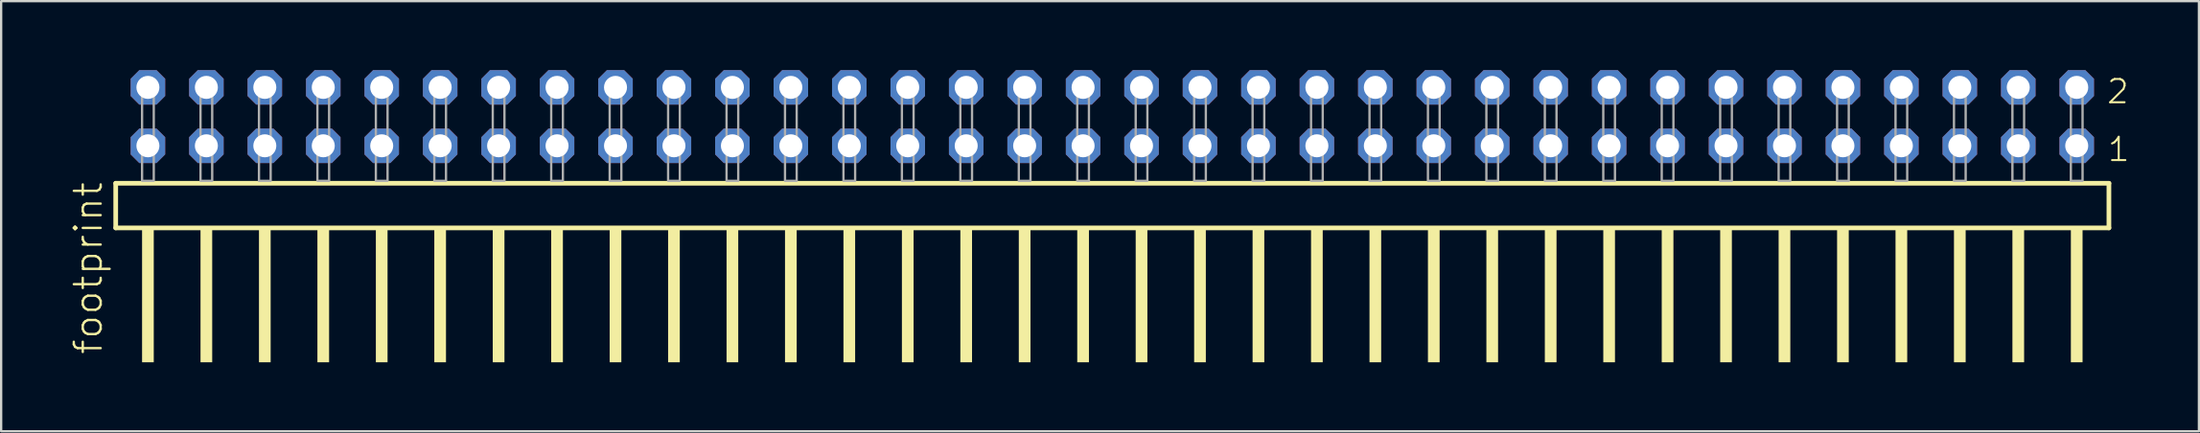
<source format=kicad_pcb>
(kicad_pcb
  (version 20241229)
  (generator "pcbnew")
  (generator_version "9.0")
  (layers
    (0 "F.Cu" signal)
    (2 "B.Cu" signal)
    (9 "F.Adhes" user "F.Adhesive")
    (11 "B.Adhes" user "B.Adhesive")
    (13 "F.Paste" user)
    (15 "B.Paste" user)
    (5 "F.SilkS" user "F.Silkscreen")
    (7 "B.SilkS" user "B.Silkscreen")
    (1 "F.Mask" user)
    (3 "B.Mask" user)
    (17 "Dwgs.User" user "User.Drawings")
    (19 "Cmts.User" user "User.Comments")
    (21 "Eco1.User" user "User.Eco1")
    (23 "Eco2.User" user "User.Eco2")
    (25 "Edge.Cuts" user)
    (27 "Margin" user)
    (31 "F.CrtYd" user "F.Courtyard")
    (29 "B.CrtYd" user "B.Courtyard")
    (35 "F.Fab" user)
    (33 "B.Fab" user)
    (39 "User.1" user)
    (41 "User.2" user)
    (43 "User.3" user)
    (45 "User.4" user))
  (footprint "footprint"
    (layer "F.Cu")
    (at 45.288 4.814)
    (property "Reference" "footprint" (at -43.815 7.62 90) (layer "F.SilkS") (effects (font (size 1.168 1.168) (thickness 0.102)) (justify left bottom)))
    (fp_line (start -43.309 0.106) (end -43.309 2.046) (stroke (width 0.203) (type solid)) (layer "F.SilkS"))
    (fp_line (start -43.309 2.046) (end 43.309 2.046) (stroke (width 0.203) (type solid)) (layer "F.SilkS"))
    (fp_line (start 43.309 0.106) (end -43.309 0.106) (stroke (width 0.203) (type solid)) (layer "F.SilkS"))
    (fp_line (start 43.309 2.046) (end 43.309 0.106) (stroke (width 0.203) (type solid)) (layer "F.SilkS"))
    (fp_poly (pts (xy -42.164 7.89) (xy -41.656 7.89) (xy -41.656 2.04) (xy -42.164 2.04)) (stroke (width 0) (type solid)) (fill yes) (layer "F.SilkS"))
    (fp_poly (pts (xy -39.624 7.89) (xy -39.116 7.89) (xy -39.116 2.04) (xy -39.624 2.04)) (stroke (width 0) (type solid)) (fill yes) (layer "F.SilkS"))
    (fp_poly (pts (xy -37.084 7.89) (xy -36.576 7.89) (xy -36.576 2.04) (xy -37.084 2.04)) (stroke (width 0) (type solid)) (fill yes) (layer "F.SilkS"))
    (fp_poly (pts (xy -34.544 7.89) (xy -34.036 7.89) (xy -34.036 2.04) (xy -34.544 2.04)) (stroke (width 0) (type solid)) (fill yes) (layer "F.SilkS"))
    (fp_poly (pts (xy -32.004 7.89) (xy -31.496 7.89) (xy -31.496 2.04) (xy -32.004 2.04)) (stroke (width 0) (type solid)) (fill yes) (layer "F.SilkS"))
    (fp_poly (pts (xy -29.464 7.89) (xy -28.956 7.89) (xy -28.956 2.04) (xy -29.464 2.04)) (stroke (width 0) (type solid)) (fill yes) (layer "F.SilkS"))
    (fp_poly (pts (xy -26.924 7.89) (xy -26.416 7.89) (xy -26.416 2.04) (xy -26.924 2.04)) (stroke (width 0) (type solid)) (fill yes) (layer "F.SilkS"))
    (fp_poly (pts (xy -24.384 7.89) (xy -23.876 7.89) (xy -23.876 2.04) (xy -24.384 2.04)) (stroke (width 0) (type solid)) (fill yes) (layer "F.SilkS"))
    (fp_poly (pts (xy -21.844 7.89) (xy -21.336 7.89) (xy -21.336 2.04) (xy -21.844 2.04)) (stroke (width 0) (type solid)) (fill yes) (layer "F.SilkS"))
    (fp_poly (pts (xy -19.304 7.89) (xy -18.796 7.89) (xy -18.796 2.04) (xy -19.304 2.04)) (stroke (width 0) (type solid)) (fill yes) (layer "F.SilkS"))
    (fp_poly (pts (xy -16.764 7.89) (xy -16.256 7.89) (xy -16.256 2.04) (xy -16.764 2.04)) (stroke (width 0) (type solid)) (fill yes) (layer "F.SilkS"))
    (fp_poly (pts (xy -14.224 7.89) (xy -13.716 7.89) (xy -13.716 2.04) (xy -14.224 2.04)) (stroke (width 0) (type solid)) (fill yes) (layer "F.SilkS"))
    (fp_poly (pts (xy -11.684 7.89) (xy -11.176 7.89) (xy -11.176 2.04) (xy -11.684 2.04)) (stroke (width 0) (type solid)) (fill yes) (layer "F.SilkS"))
    (fp_poly (pts (xy -9.144 7.89) (xy -8.636 7.89) (xy -8.636 2.04) (xy -9.144 2.04)) (stroke (width 0) (type solid)) (fill yes) (layer "F.SilkS"))
    (fp_poly (pts (xy -6.604 7.89) (xy -6.096 7.89) (xy -6.096 2.04) (xy -6.604 2.04)) (stroke (width 0) (type solid)) (fill yes) (layer "F.SilkS"))
    (fp_poly (pts (xy -4.064 7.89) (xy -3.556 7.89) (xy -3.556 2.04) (xy -4.064 2.04)) (stroke (width 0) (type solid)) (fill yes) (layer "F.SilkS"))
    (fp_poly (pts (xy -1.524 7.89) (xy -1.016 7.89) (xy -1.016 2.04) (xy -1.524 2.04)) (stroke (width 0) (type solid)) (fill yes) (layer "F.SilkS"))
    (fp_poly (pts (xy 1.016 7.89) (xy 1.524 7.89) (xy 1.524 2.04) (xy 1.016 2.04)) (stroke (width 0) (type solid)) (fill yes) (layer "F.SilkS"))
    (fp_poly (pts (xy 3.556 7.89) (xy 4.064 7.89) (xy 4.064 2.04) (xy 3.556 2.04)) (stroke (width 0) (type solid)) (fill yes) (layer "F.SilkS"))
    (fp_poly (pts (xy 6.096 7.89) (xy 6.604 7.89) (xy 6.604 2.04) (xy 6.096 2.04)) (stroke (width 0) (type solid)) (fill yes) (layer "F.SilkS"))
    (fp_poly (pts (xy 8.636 7.89) (xy 9.144 7.89) (xy 9.144 2.04) (xy 8.636 2.04)) (stroke (width 0) (type solid)) (fill yes) (layer "F.SilkS"))
    (fp_poly (pts (xy 11.176 7.89) (xy 11.684 7.89) (xy 11.684 2.04) (xy 11.176 2.04)) (stroke (width 0) (type solid)) (fill yes) (layer "F.SilkS"))
    (fp_poly (pts (xy 13.716 7.89) (xy 14.224 7.89) (xy 14.224 2.04) (xy 13.716 2.04)) (stroke (width 0) (type solid)) (fill yes) (layer "F.SilkS"))
    (fp_poly (pts (xy 16.256 7.89) (xy 16.764 7.89) (xy 16.764 2.04) (xy 16.256 2.04)) (stroke (width 0) (type solid)) (fill yes) (layer "F.SilkS"))
    (fp_poly (pts (xy 18.796 7.89) (xy 19.304 7.89) (xy 19.304 2.04) (xy 18.796 2.04)) (stroke (width 0) (type solid)) (fill yes) (layer "F.SilkS"))
    (fp_poly (pts (xy 21.336 7.89) (xy 21.844 7.89) (xy 21.844 2.04) (xy 21.336 2.04)) (stroke (width 0) (type solid)) (fill yes) (layer "F.SilkS"))
    (fp_poly (pts (xy 23.876 7.89) (xy 24.384 7.89) (xy 24.384 2.04) (xy 23.876 2.04)) (stroke (width 0) (type solid)) (fill yes) (layer "F.SilkS"))
    (fp_poly (pts (xy 26.416 7.89) (xy 26.924 7.89) (xy 26.924 2.04) (xy 26.416 2.04)) (stroke (width 0) (type solid)) (fill yes) (layer "F.SilkS"))
    (fp_poly (pts (xy 28.956 7.89) (xy 29.464 7.89) (xy 29.464 2.04) (xy 28.956 2.04)) (stroke (width 0) (type solid)) (fill yes) (layer "F.SilkS"))
    (fp_poly (pts (xy 31.496 7.89) (xy 32.004 7.89) (xy 32.004 2.04) (xy 31.496 2.04)) (stroke (width 0) (type solid)) (fill yes) (layer "F.SilkS"))
    (fp_poly (pts (xy 34.036 7.89) (xy 34.544 7.89) (xy 34.544 2.04) (xy 34.036 2.04)) (stroke (width 0) (type solid)) (fill yes) (layer "F.SilkS"))
    (fp_poly (pts (xy 36.576 7.89) (xy 37.084 7.89) (xy 37.084 2.04) (xy 36.576 2.04)) (stroke (width 0) (type solid)) (fill yes) (layer "F.SilkS"))
    (fp_poly (pts (xy 39.116 7.89) (xy 39.624 7.89) (xy 39.624 2.04) (xy 39.116 2.04)) (stroke (width 0) (type solid)) (fill yes) (layer "F.SilkS"))
    (fp_poly (pts (xy 41.656 7.89) (xy 42.164 7.89) (xy 42.164 2.04) (xy 41.656 2.04)) (stroke (width 0) (type solid)) (fill yes) (layer "F.SilkS"))
    (fp_poly (pts (xy -42.164 0) (xy -41.656 0) (xy -41.656 -4.318) (xy -42.164 -4.318)) (stroke (width 0.1) (type solid)) (fill no) (layer "F.Fab"))
    (fp_poly (pts (xy -39.624 0) (xy -39.116 0) (xy -39.116 -4.318) (xy -39.624 -4.318)) (stroke (width 0.1) (type solid)) (fill no) (layer "F.Fab"))
    (fp_poly (pts (xy -37.084 0) (xy -36.576 0) (xy -36.576 -4.318) (xy -37.084 -4.318)) (stroke (width 0.1) (type solid)) (fill no) (layer "F.Fab"))
    (fp_poly (pts (xy -34.544 0) (xy -34.036 0) (xy -34.036 -4.318) (xy -34.544 -4.318)) (stroke (width 0.1) (type solid)) (fill no) (layer "F.Fab"))
    (fp_poly (pts (xy -32.004 0) (xy -31.496 0) (xy -31.496 -4.318) (xy -32.004 -4.318)) (stroke (width 0.1) (type solid)) (fill no) (layer "F.Fab"))
    (fp_poly (pts (xy -29.464 0) (xy -28.956 0) (xy -28.956 -4.318) (xy -29.464 -4.318)) (stroke (width 0.1) (type solid)) (fill no) (layer "F.Fab"))
    (fp_poly (pts (xy -26.924 0) (xy -26.416 0) (xy -26.416 -4.318) (xy -26.924 -4.318)) (stroke (width 0.1) (type solid)) (fill no) (layer "F.Fab"))
    (fp_poly (pts (xy -24.384 0) (xy -23.876 0) (xy -23.876 -4.318) (xy -24.384 -4.318)) (stroke (width 0.1) (type solid)) (fill no) (layer "F.Fab"))
    (fp_poly (pts (xy -21.844 0) (xy -21.336 0) (xy -21.336 -4.318) (xy -21.844 -4.318)) (stroke (width 0.1) (type solid)) (fill no) (layer "F.Fab"))
    (fp_poly (pts (xy -19.304 0) (xy -18.796 0) (xy -18.796 -4.318) (xy -19.304 -4.318)) (stroke (width 0.1) (type solid)) (fill no) (layer "F.Fab"))
    (fp_poly (pts (xy -16.764 0) (xy -16.256 0) (xy -16.256 -4.318) (xy -16.764 -4.318)) (stroke (width 0.1) (type solid)) (fill no) (layer "F.Fab"))
    (fp_poly (pts (xy -14.224 0) (xy -13.716 0) (xy -13.716 -4.318) (xy -14.224 -4.318)) (stroke (width 0.1) (type solid)) (fill no) (layer "F.Fab"))
    (fp_poly (pts (xy -11.684 0) (xy -11.176 0) (xy -11.176 -4.318) (xy -11.684 -4.318)) (stroke (width 0.1) (type solid)) (fill no) (layer "F.Fab"))
    (fp_poly (pts (xy -9.144 0) (xy -8.636 0) (xy -8.636 -4.318) (xy -9.144 -4.318)) (stroke (width 0.1) (type solid)) (fill no) (layer "F.Fab"))
    (fp_poly (pts (xy -6.604 0) (xy -6.096 0) (xy -6.096 -4.318) (xy -6.604 -4.318)) (stroke (width 0.1) (type solid)) (fill no) (layer "F.Fab"))
    (fp_poly (pts (xy -4.064 0) (xy -3.556 0) (xy -3.556 -4.318) (xy -4.064 -4.318)) (stroke (width 0.1) (type solid)) (fill no) (layer "F.Fab"))
    (fp_poly (pts (xy -1.524 0) (xy -1.016 0) (xy -1.016 -4.318) (xy -1.524 -4.318)) (stroke (width 0.1) (type solid)) (fill no) (layer "F.Fab"))
    (fp_poly (pts (xy 1.016 0) (xy 1.524 0) (xy 1.524 -4.318) (xy 1.016 -4.318)) (stroke (width 0.1) (type solid)) (fill no) (layer "F.Fab"))
    (fp_poly (pts (xy 3.556 0) (xy 4.064 0) (xy 4.064 -4.318) (xy 3.556 -4.318)) (stroke (width 0.1) (type solid)) (fill no) (layer "F.Fab"))
    (fp_poly (pts (xy 6.096 0) (xy 6.604 0) (xy 6.604 -4.318) (xy 6.096 -4.318)) (stroke (width 0.1) (type solid)) (fill no) (layer "F.Fab"))
    (fp_poly (pts (xy 8.636 0) (xy 9.144 0) (xy 9.144 -4.318) (xy 8.636 -4.318)) (stroke (width 0.1) (type solid)) (fill no) (layer "F.Fab"))
    (fp_poly (pts (xy 11.176 0) (xy 11.684 0) (xy 11.684 -4.318) (xy 11.176 -4.318)) (stroke (width 0.1) (type solid)) (fill no) (layer "F.Fab"))
    (fp_poly (pts (xy 13.716 0) (xy 14.224 0) (xy 14.224 -4.318) (xy 13.716 -4.318)) (stroke (width 0.1) (type solid)) (fill no) (layer "F.Fab"))
    (fp_poly (pts (xy 16.256 0) (xy 16.764 0) (xy 16.764 -4.318) (xy 16.256 -4.318)) (stroke (width 0.1) (type solid)) (fill no) (layer "F.Fab"))
    (fp_poly (pts (xy 18.796 0) (xy 19.304 0) (xy 19.304 -4.318) (xy 18.796 -4.318)) (stroke (width 0.1) (type solid)) (fill no) (layer "F.Fab"))
    (fp_poly (pts (xy 21.336 0) (xy 21.844 0) (xy 21.844 -4.318) (xy 21.336 -4.318)) (stroke (width 0.1) (type solid)) (fill no) (layer "F.Fab"))
    (fp_poly (pts (xy 23.876 0) (xy 24.384 0) (xy 24.384 -4.318) (xy 23.876 -4.318)) (stroke (width 0.1) (type solid)) (fill no) (layer "F.Fab"))
    (fp_poly (pts (xy 26.416 0) (xy 26.924 0) (xy 26.924 -4.318) (xy 26.416 -4.318)) (stroke (width 0.1) (type solid)) (fill no) (layer "F.Fab"))
    (fp_poly (pts (xy 28.956 0) (xy 29.464 0) (xy 29.464 -4.318) (xy 28.956 -4.318)) (stroke (width 0.1) (type solid)) (fill no) (layer "F.Fab"))
    (fp_poly (pts (xy 31.496 0) (xy 32.004 0) (xy 32.004 -4.318) (xy 31.496 -4.318)) (stroke (width 0.1) (type solid)) (fill no) (layer "F.Fab"))
    (fp_poly (pts (xy 34.036 0) (xy 34.544 0) (xy 34.544 -4.318) (xy 34.036 -4.318)) (stroke (width 0.1) (type solid)) (fill no) (layer "F.Fab"))
    (fp_poly (pts (xy 36.576 0) (xy 37.084 0) (xy 37.084 -4.318) (xy 36.576 -4.318)) (stroke (width 0.1) (type solid)) (fill no) (layer "F.Fab"))
    (fp_poly (pts (xy 39.116 0) (xy 39.624 0) (xy 39.624 -4.318) (xy 39.116 -4.318)) (stroke (width 0.1) (type solid)) (fill no) (layer "F.Fab"))
    (fp_poly (pts (xy 41.656 0) (xy 42.164 0) (xy 42.164 -4.318) (xy 41.656 -4.318)) (stroke (width 0.1) (type solid)) (fill no) (layer "F.Fab"))
    (fp_text user "1" (at 43.195 -0.775 0) (layer "F.SilkS") (effects (font (size 1.012 1.012) (thickness 0.088)) (justify left bottom)))
    (fp_text user "2" (at 43.16 -3.29 0) (layer "F.SilkS") (effects (font (size 1.012 1.012) (thickness 0.088)) (justify left bottom)))
    (pad "1" thru_hole roundrect (at 41.91 -1.524 180) (size 1.5 1.5) (drill 1) (layers "*.Cu" "*.Mask") (roundrect_rratio 0.25) (chamfer_ratio 0.25) (chamfer top_left top_right bottom_left bottom_right))
    (pad "2" thru_hole roundrect (at 41.91 -4.064 180) (size 1.5 1.5) (drill 1) (layers "*.Cu" "*.Mask") (roundrect_rratio 0.25) (chamfer_ratio 0.25) (chamfer top_left top_right bottom_left bottom_right))
    (pad "3" thru_hole roundrect (at 39.37 -1.524 180) (size 1.5 1.5) (drill 1) (layers "*.Cu" "*.Mask") (roundrect_rratio 0.25) (chamfer_ratio 0.25) (chamfer top_left top_right bottom_left bottom_right))
    (pad "4" thru_hole roundrect (at 39.37 -4.064 180) (size 1.5 1.5) (drill 1) (layers "*.Cu" "*.Mask") (roundrect_rratio 0.25) (chamfer_ratio 0.25) (chamfer top_left top_right bottom_left bottom_right))
    (pad "5" thru_hole roundrect (at 36.83 -1.524 180) (size 1.5 1.5) (drill 1) (layers "*.Cu" "*.Mask") (roundrect_rratio 0.25) (chamfer_ratio 0.25) (chamfer top_left top_right bottom_left bottom_right))
    (pad "6" thru_hole roundrect (at 36.83 -4.064 180) (size 1.5 1.5) (drill 1) (layers "*.Cu" "*.Mask") (roundrect_rratio 0.25) (chamfer_ratio 0.25) (chamfer top_left top_right bottom_left bottom_right))
    (pad "7" thru_hole roundrect (at 34.29 -1.524 180) (size 1.5 1.5) (drill 1) (layers "*.Cu" "*.Mask") (roundrect_rratio 0.25) (chamfer_ratio 0.25) (chamfer top_left top_right bottom_left bottom_right))
    (pad "8" thru_hole roundrect (at 34.29 -4.064 180) (size 1.5 1.5) (drill 1) (layers "*.Cu" "*.Mask") (roundrect_rratio 0.25) (chamfer_ratio 0.25) (chamfer top_left top_right bottom_left bottom_right))
    (pad "9" thru_hole roundrect (at 31.75 -1.524 180) (size 1.5 1.5) (drill 1) (layers "*.Cu" "*.Mask") (roundrect_rratio 0.25) (chamfer_ratio 0.25) (chamfer top_left top_right bottom_left bottom_right))
    (pad "10" thru_hole roundrect (at 31.75 -4.064 180) (size 1.5 1.5) (drill 1) (layers "*.Cu" "*.Mask") (roundrect_rratio 0.25) (chamfer_ratio 0.25) (chamfer top_left top_right bottom_left bottom_right))
    (pad "11" thru_hole roundrect (at 29.21 -1.524 180) (size 1.5 1.5) (drill 1) (layers "*.Cu" "*.Mask") (roundrect_rratio 0.25) (chamfer_ratio 0.25) (chamfer top_left top_right bottom_left bottom_right))
    (pad "12" thru_hole roundrect (at 29.21 -4.064 180) (size 1.5 1.5) (drill 1) (layers "*.Cu" "*.Mask") (roundrect_rratio 0.25) (chamfer_ratio 0.25) (chamfer top_left top_right bottom_left bottom_right))
    (pad "13" thru_hole roundrect (at 26.67 -1.524 180) (size 1.5 1.5) (drill 1) (layers "*.Cu" "*.Mask") (roundrect_rratio 0.25) (chamfer_ratio 0.25) (chamfer top_left top_right bottom_left bottom_right))
    (pad "14" thru_hole roundrect (at 26.67 -4.064 180) (size 1.5 1.5) (drill 1) (layers "*.Cu" "*.Mask") (roundrect_rratio 0.25) (chamfer_ratio 0.25) (chamfer top_left top_right bottom_left bottom_right))
    (pad "15" thru_hole roundrect (at 24.13 -1.524 180) (size 1.5 1.5) (drill 1) (layers "*.Cu" "*.Mask") (roundrect_rratio 0.25) (chamfer_ratio 0.25) (chamfer top_left top_right bottom_left bottom_right))
    (pad "16" thru_hole roundrect (at 24.13 -4.064 180) (size 1.5 1.5) (drill 1) (layers "*.Cu" "*.Mask") (roundrect_rratio 0.25) (chamfer_ratio 0.25) (chamfer top_left top_right bottom_left bottom_right))
    (pad "17" thru_hole roundrect (at 21.59 -1.524 180) (size 1.5 1.5) (drill 1) (layers "*.Cu" "*.Mask") (roundrect_rratio 0.25) (chamfer_ratio 0.25) (chamfer top_left top_right bottom_left bottom_right))
    (pad "18" thru_hole roundrect (at 21.59 -4.064 180) (size 1.5 1.5) (drill 1) (layers "*.Cu" "*.Mask") (roundrect_rratio 0.25) (chamfer_ratio 0.25) (chamfer top_left top_right bottom_left bottom_right))
    (pad "19" thru_hole roundrect (at 19.05 -1.524 180) (size 1.5 1.5) (drill 1) (layers "*.Cu" "*.Mask") (roundrect_rratio 0.25) (chamfer_ratio 0.25) (chamfer top_left top_right bottom_left bottom_right))
    (pad "20" thru_hole roundrect (at 19.05 -4.064 180) (size 1.5 1.5) (drill 1) (layers "*.Cu" "*.Mask") (roundrect_rratio 0.25) (chamfer_ratio 0.25) (chamfer top_left top_right bottom_left bottom_right))
    (pad "21" thru_hole roundrect (at 16.51 -1.524 180) (size 1.5 1.5) (drill 1) (layers "*.Cu" "*.Mask") (roundrect_rratio 0.25) (chamfer_ratio 0.25) (chamfer top_left top_right bottom_left bottom_right))
    (pad "22" thru_hole roundrect (at 16.51 -4.064 180) (size 1.5 1.5) (drill 1) (layers "*.Cu" "*.Mask") (roundrect_rratio 0.25) (chamfer_ratio 0.25) (chamfer top_left top_right bottom_left bottom_right))
    (pad "23" thru_hole roundrect (at 13.97 -1.524 180) (size 1.5 1.5) (drill 1) (layers "*.Cu" "*.Mask") (roundrect_rratio 0.25) (chamfer_ratio 0.25) (chamfer top_left top_right bottom_left bottom_right))
    (pad "24" thru_hole roundrect (at 13.97 -4.064 180) (size 1.5 1.5) (drill 1) (layers "*.Cu" "*.Mask") (roundrect_rratio 0.25) (chamfer_ratio 0.25) (chamfer top_left top_right bottom_left bottom_right))
    (pad "25" thru_hole roundrect (at 11.43 -1.524 180) (size 1.5 1.5) (drill 1) (layers "*.Cu" "*.Mask") (roundrect_rratio 0.25) (chamfer_ratio 0.25) (chamfer top_left top_right bottom_left bottom_right))
    (pad "26" thru_hole roundrect (at 11.43 -4.064 180) (size 1.5 1.5) (drill 1) (layers "*.Cu" "*.Mask") (roundrect_rratio 0.25) (chamfer_ratio 0.25) (chamfer top_left top_right bottom_left bottom_right))
    (pad "27" thru_hole roundrect (at 8.89 -1.524 180) (size 1.5 1.5) (drill 1) (layers "*.Cu" "*.Mask") (roundrect_rratio 0.25) (chamfer_ratio 0.25) (chamfer top_left top_right bottom_left bottom_right))
    (pad "28" thru_hole roundrect (at 8.89 -4.064 180) (size 1.5 1.5) (drill 1) (layers "*.Cu" "*.Mask") (roundrect_rratio 0.25) (chamfer_ratio 0.25) (chamfer top_left top_right bottom_left bottom_right))
    (pad "29" thru_hole roundrect (at 6.35 -1.524 180) (size 1.5 1.5) (drill 1) (layers "*.Cu" "*.Mask") (roundrect_rratio 0.25) (chamfer_ratio 0.25) (chamfer top_left top_right bottom_left bottom_right))
    (pad "30" thru_hole roundrect (at 6.35 -4.064 180) (size 1.5 1.5) (drill 1) (layers "*.Cu" "*.Mask") (roundrect_rratio 0.25) (chamfer_ratio 0.25) (chamfer top_left top_right bottom_left bottom_right))
    (pad "31" thru_hole roundrect (at 3.81 -1.524 180) (size 1.5 1.5) (drill 1) (layers "*.Cu" "*.Mask") (roundrect_rratio 0.25) (chamfer_ratio 0.25) (chamfer top_left top_right bottom_left bottom_right))
    (pad "32" thru_hole roundrect (at 3.81 -4.064 180) (size 1.5 1.5) (drill 1) (layers "*.Cu" "*.Mask") (roundrect_rratio 0.25) (chamfer_ratio 0.25) (chamfer top_left top_right bottom_left bottom_right))
    (pad "33" thru_hole roundrect (at 1.27 -1.524 180) (size 1.5 1.5) (drill 1) (layers "*.Cu" "*.Mask") (roundrect_rratio 0.25) (chamfer_ratio 0.25) (chamfer top_left top_right bottom_left bottom_right))
    (pad "34" thru_hole roundrect (at 1.27 -4.064 180) (size 1.5 1.5) (drill 1) (layers "*.Cu" "*.Mask") (roundrect_rratio 0.25) (chamfer_ratio 0.25) (chamfer top_left top_right bottom_left bottom_right))
    (pad "35" thru_hole roundrect (at -1.27 -1.524 180) (size 1.5 1.5) (drill 1) (layers "*.Cu" "*.Mask") (roundrect_rratio 0.25) (chamfer_ratio 0.25) (chamfer top_left top_right bottom_left bottom_right))
    (pad "36" thru_hole roundrect (at -1.27 -4.064 180) (size 1.5 1.5) (drill 1) (layers "*.Cu" "*.Mask") (roundrect_rratio 0.25) (chamfer_ratio 0.25) (chamfer top_left top_right bottom_left bottom_right))
    (pad "37" thru_hole roundrect (at -3.81 -1.524 180) (size 1.5 1.5) (drill 1) (layers "*.Cu" "*.Mask") (roundrect_rratio 0.25) (chamfer_ratio 0.25) (chamfer top_left top_right bottom_left bottom_right))
    (pad "38" thru_hole roundrect (at -3.81 -4.064 180) (size 1.5 1.5) (drill 1) (layers "*.Cu" "*.Mask") (roundrect_rratio 0.25) (chamfer_ratio 0.25) (chamfer top_left top_right bottom_left bottom_right))
    (pad "39" thru_hole roundrect (at -6.35 -1.524 180) (size 1.5 1.5) (drill 1) (layers "*.Cu" "*.Mask") (roundrect_rratio 0.25) (chamfer_ratio 0.25) (chamfer top_left top_right bottom_left bottom_right))
    (pad "40" thru_hole roundrect (at -6.35 -4.064 180) (size 1.5 1.5) (drill 1) (layers "*.Cu" "*.Mask") (roundrect_rratio 0.25) (chamfer_ratio 0.25) (chamfer top_left top_right bottom_left bottom_right))
    (pad "41" thru_hole roundrect (at -8.89 -1.524 180) (size 1.5 1.5) (drill 1) (layers "*.Cu" "*.Mask") (roundrect_rratio 0.25) (chamfer_ratio 0.25) (chamfer top_left top_right bottom_left bottom_right))
    (pad "42" thru_hole roundrect (at -8.89 -4.064 180) (size 1.5 1.5) (drill 1) (layers "*.Cu" "*.Mask") (roundrect_rratio 0.25) (chamfer_ratio 0.25) (chamfer top_left top_right bottom_left bottom_right))
    (pad "43" thru_hole roundrect (at -11.43 -1.524 180) (size 1.5 1.5) (drill 1) (layers "*.Cu" "*.Mask") (roundrect_rratio 0.25) (chamfer_ratio 0.25) (chamfer top_left top_right bottom_left bottom_right))
    (pad "44" thru_hole roundrect (at -11.43 -4.064 180) (size 1.5 1.5) (drill 1) (layers "*.Cu" "*.Mask") (roundrect_rratio 0.25) (chamfer_ratio 0.25) (chamfer top_left top_right bottom_left bottom_right))
    (pad "45" thru_hole roundrect (at -13.97 -1.524 180) (size 1.5 1.5) (drill 1) (layers "*.Cu" "*.Mask") (roundrect_rratio 0.25) (chamfer_ratio 0.25) (chamfer top_left top_right bottom_left bottom_right))
    (pad "46" thru_hole roundrect (at -13.97 -4.064 180) (size 1.5 1.5) (drill 1) (layers "*.Cu" "*.Mask") (roundrect_rratio 0.25) (chamfer_ratio 0.25) (chamfer top_left top_right bottom_left bottom_right))
    (pad "47" thru_hole roundrect (at -16.51 -1.524 180) (size 1.5 1.5) (drill 1) (layers "*.Cu" "*.Mask") (roundrect_rratio 0.25) (chamfer_ratio 0.25) (chamfer top_left top_right bottom_left bottom_right))
    (pad "48" thru_hole roundrect (at -16.51 -4.064 180) (size 1.5 1.5) (drill 1) (layers "*.Cu" "*.Mask") (roundrect_rratio 0.25) (chamfer_ratio 0.25) (chamfer top_left top_right bottom_left bottom_right))
    (pad "49" thru_hole roundrect (at -19.05 -1.524 180) (size 1.5 1.5) (drill 1) (layers "*.Cu" "*.Mask") (roundrect_rratio 0.25) (chamfer_ratio 0.25) (chamfer top_left top_right bottom_left bottom_right))
    (pad "50" thru_hole roundrect (at -19.05 -4.064 180) (size 1.5 1.5) (drill 1) (layers "*.Cu" "*.Mask") (roundrect_rratio 0.25) (chamfer_ratio 0.25) (chamfer top_left top_right bottom_left bottom_right))
    (pad "51" thru_hole roundrect (at -21.59 -1.524 180) (size 1.5 1.5) (drill 1) (layers "*.Cu" "*.Mask") (roundrect_rratio 0.25) (chamfer_ratio 0.25) (chamfer top_left top_right bottom_left bottom_right))
    (pad "52" thru_hole roundrect (at -21.59 -4.064 180) (size 1.5 1.5) (drill 1) (layers "*.Cu" "*.Mask") (roundrect_rratio 0.25) (chamfer_ratio 0.25) (chamfer top_left top_right bottom_left bottom_right))
    (pad "53" thru_hole roundrect (at -24.13 -1.524 180) (size 1.5 1.5) (drill 1) (layers "*.Cu" "*.Mask") (roundrect_rratio 0.25) (chamfer_ratio 0.25) (chamfer top_left top_right bottom_left bottom_right))
    (pad "54" thru_hole roundrect (at -24.13 -4.064 180) (size 1.5 1.5) (drill 1) (layers "*.Cu" "*.Mask") (roundrect_rratio 0.25) (chamfer_ratio 0.25) (chamfer top_left top_right bottom_left bottom_right))
    (pad "55" thru_hole roundrect (at -26.67 -1.524 180) (size 1.5 1.5) (drill 1) (layers "*.Cu" "*.Mask") (roundrect_rratio 0.25) (chamfer_ratio 0.25) (chamfer top_left top_right bottom_left bottom_right))
    (pad "56" thru_hole roundrect (at -26.67 -4.064 180) (size 1.5 1.5) (drill 1) (layers "*.Cu" "*.Mask") (roundrect_rratio 0.25) (chamfer_ratio 0.25) (chamfer top_left top_right bottom_left bottom_right))
    (pad "57" thru_hole roundrect (at -29.21 -1.524 180) (size 1.5 1.5) (drill 1) (layers "*.Cu" "*.Mask") (roundrect_rratio 0.25) (chamfer_ratio 0.25) (chamfer top_left top_right bottom_left bottom_right))
    (pad "58" thru_hole roundrect (at -29.21 -4.064 180) (size 1.5 1.5) (drill 1) (layers "*.Cu" "*.Mask") (roundrect_rratio 0.25) (chamfer_ratio 0.25) (chamfer top_left top_right bottom_left bottom_right))
    (pad "59" thru_hole roundrect (at -31.75 -1.524 180) (size 1.5 1.5) (drill 1) (layers "*.Cu" "*.Mask") (roundrect_rratio 0.25) (chamfer_ratio 0.25) (chamfer top_left top_right bottom_left bottom_right))
    (pad "60" thru_hole roundrect (at -31.75 -4.064 180) (size 1.5 1.5) (drill 1) (layers "*.Cu" "*.Mask") (roundrect_rratio 0.25) (chamfer_ratio 0.25) (chamfer top_left top_right bottom_left bottom_right))
    (pad "61" thru_hole roundrect (at -34.29 -1.524 180) (size 1.5 1.5) (drill 1) (layers "*.Cu" "*.Mask") (roundrect_rratio 0.25) (chamfer_ratio 0.25) (chamfer top_left top_right bottom_left bottom_right))
    (pad "62" thru_hole roundrect (at -34.29 -4.064 180) (size 1.5 1.5) (drill 1) (layers "*.Cu" "*.Mask") (roundrect_rratio 0.25) (chamfer_ratio 0.25) (chamfer top_left top_right bottom_left bottom_right))
    (pad "63" thru_hole roundrect (at -36.83 -1.524 180) (size 1.5 1.5) (drill 1) (layers "*.Cu" "*.Mask") (roundrect_rratio 0.25) (chamfer_ratio 0.25) (chamfer top_left top_right bottom_left bottom_right))
    (pad "64" thru_hole roundrect (at -36.83 -4.064 180) (size 1.5 1.5) (drill 1) (layers "*.Cu" "*.Mask") (roundrect_rratio 0.25) (chamfer_ratio 0.25) (chamfer top_left top_right bottom_left bottom_right))
    (pad "65" thru_hole roundrect (at -39.37 -1.524 180) (size 1.5 1.5) (drill 1) (layers "*.Cu" "*.Mask") (roundrect_rratio 0.25) (chamfer_ratio 0.25) (chamfer top_left top_right bottom_left bottom_right))
    (pad "66" thru_hole roundrect (at -39.37 -4.064 180) (size 1.5 1.5) (drill 1) (layers "*.Cu" "*.Mask") (roundrect_rratio 0.25) (chamfer_ratio 0.25) (chamfer top_left top_right bottom_left bottom_right))
    (pad "67" thru_hole roundrect (at -41.91 -1.524 180) (size 1.5 1.5) (drill 1) (layers "*.Cu" "*.Mask") (roundrect_rratio 0.25) (chamfer_ratio 0.25) (chamfer top_left top_right bottom_left bottom_right))
    (pad "68" thru_hole roundrect (at -41.91 -4.064 180) (size 1.5 1.5) (drill 1) (layers "*.Cu" "*.Mask") (roundrect_rratio 0.25) (chamfer_ratio 0.25) (chamfer top_left top_right bottom_left bottom_right)))
  (gr_rect
    (start -3 -3)
    (end 92.509 15.704)
    (stroke (width 0.1) (type default))
    (fill no)
    (layer "Edge.Cuts")))
</source>
